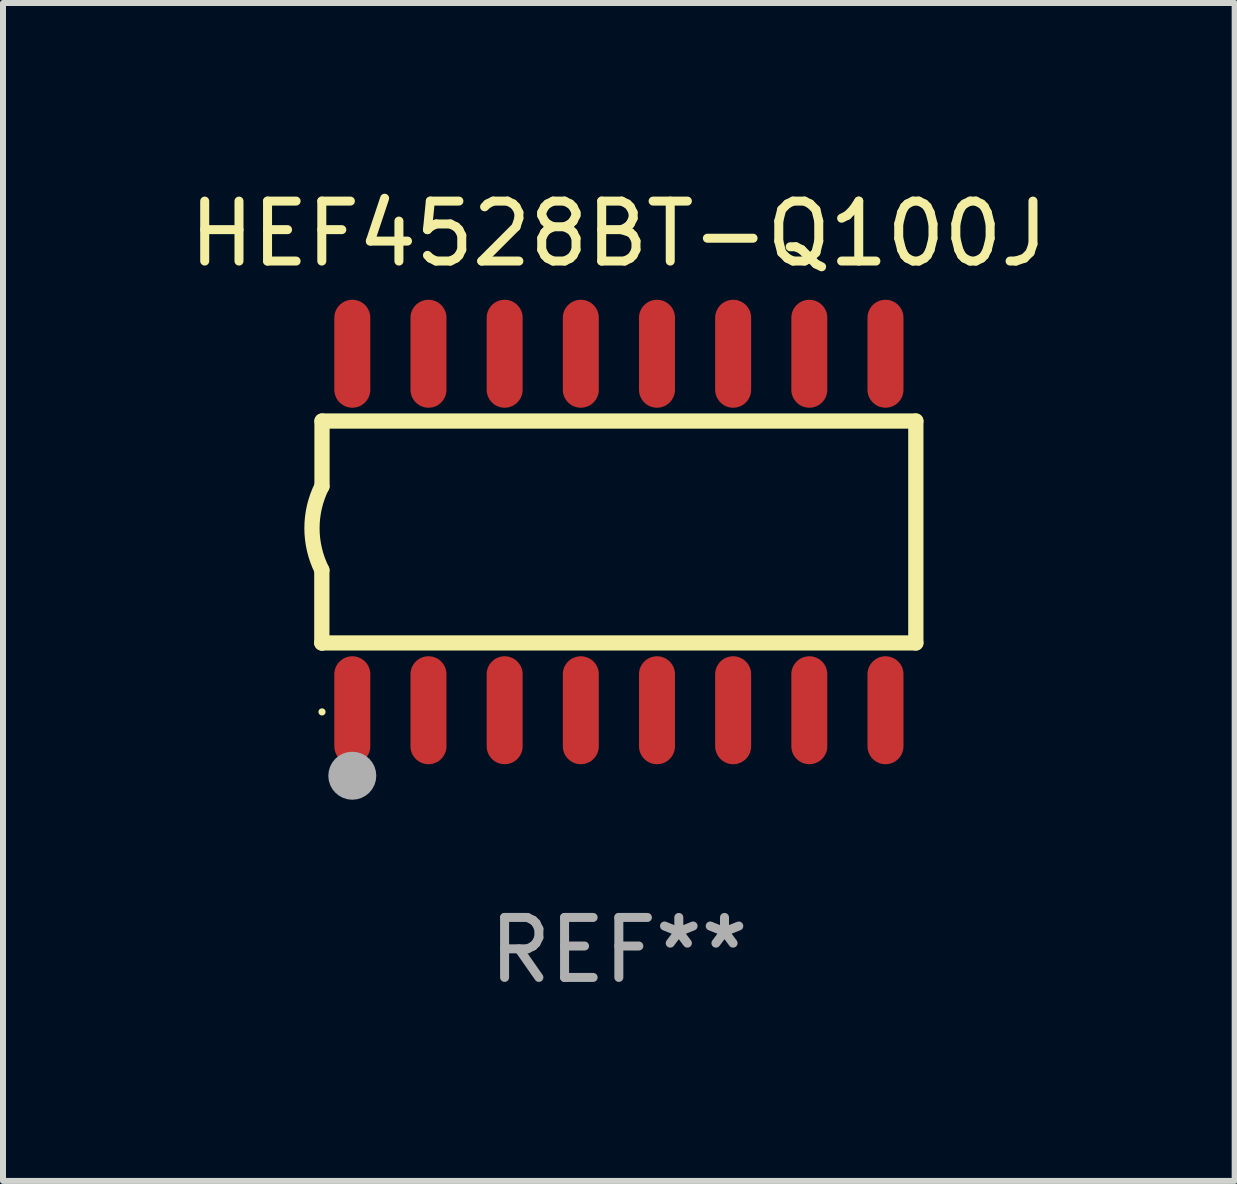
<source format=kicad_pcb>
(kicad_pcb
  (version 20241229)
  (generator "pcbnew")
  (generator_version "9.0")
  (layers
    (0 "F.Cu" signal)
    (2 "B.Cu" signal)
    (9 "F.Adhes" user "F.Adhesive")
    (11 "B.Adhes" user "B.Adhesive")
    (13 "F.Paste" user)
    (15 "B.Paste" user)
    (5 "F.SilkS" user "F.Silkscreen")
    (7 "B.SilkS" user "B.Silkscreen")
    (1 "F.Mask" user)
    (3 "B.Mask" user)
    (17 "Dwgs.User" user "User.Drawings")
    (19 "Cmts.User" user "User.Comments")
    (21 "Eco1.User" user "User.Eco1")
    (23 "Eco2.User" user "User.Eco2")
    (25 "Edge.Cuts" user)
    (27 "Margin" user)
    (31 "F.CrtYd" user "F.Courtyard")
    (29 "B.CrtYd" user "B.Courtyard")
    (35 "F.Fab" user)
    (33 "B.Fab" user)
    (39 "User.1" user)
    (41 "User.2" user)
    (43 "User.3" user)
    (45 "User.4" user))
  (footprint "HEF4528BT-Q100J"
    (layer "F.Cu")
    (at 7.268 5.82)
    (property "Reference" "HEF4528BT-Q100J" (at 0 -4.972 0) (layer "F.SilkS") (effects (font (size 1 1) (thickness 0.15))))
    (attr through_hole)
    (fp_line (start -4.952 0.635) (end -4.952 1.85) (stroke (width 0.254) (type solid)) (layer "F.SilkS"))
    (fp_line (start -4.952 1.85) (end -4.949 1.85) (stroke (width 0.254) (type solid)) (layer "F.SilkS"))
    (fp_line (start -4.949 -1.85) (end -4.949 -0.762) (stroke (width 0.254) (type solid)) (layer "F.SilkS"))
    (fp_line (start -4.949 1.85) (end 4.952 1.85) (stroke (width 0.254) (type solid)) (layer "F.SilkS"))
    (fp_line (start 4.952 -1.85) (end -4.949 -1.85) (stroke (width 0.254) (type solid)) (layer "F.SilkS"))
    (fp_line (start 4.952 1.85) (end 4.952 -1.85) (stroke (width 0.254) (type solid)) (layer "F.SilkS"))
    (fp_arc (start -4.951524 0.635001) (mid -5.116418 -0.0635) (end -4.951524 -0.762002) (stroke (width 0.254001) (type solid)) (layer "F.SilkS"))
    (fp_circle (center -4.949 3) (end -4.919 3) (stroke (width 0.06) (type solid)) (fill no) (layer "F.SilkS"))
    (fp_circle (center -4.444 4.064) (end -4.244 4.064) (stroke (width 0.4) (type solid)) (fill no) (layer "F.Fab"))
    (fp_text user "REF**" (at 0 6.972 0) (layer "F.Fab") (effects (font (size 1 1) (thickness 0.15))))
    (pad "1" smd oval (at -4.444 2.972 180) (size 0.6 1.8) (layers "F.Cu" "F.Mask" "F.Paste"))
    (pad "2" smd oval (at -3.174 2.972 180) (size 0.6 1.8) (layers "F.Cu" "F.Mask" "F.Paste"))
    (pad "3" smd oval (at -1.904 2.972 180) (size 0.6 1.8) (layers "F.Cu" "F.Mask" "F.Paste"))
    (pad "4" smd oval (at -0.634 2.972 180) (size 0.6 1.8) (layers "F.Cu" "F.Mask" "F.Paste"))
    (pad "5" smd oval (at 0.636 2.972 180) (size 0.6 1.8) (layers "F.Cu" "F.Mask" "F.Paste"))
    (pad "6" smd oval (at 1.906 2.972 180) (size 0.6 1.8) (layers "F.Cu" "F.Mask" "F.Paste"))
    (pad "7" smd oval (at 3.176 2.972 180) (size 0.6 1.8) (layers "F.Cu" "F.Mask" "F.Paste"))
    (pad "8" smd oval (at 4.446 2.972 180) (size 0.6 1.8) (layers "F.Cu" "F.Mask" "F.Paste"))
    (pad "9" smd oval (at 4.446 -2.972 180) (size 0.6 1.8) (layers "F.Cu" "F.Mask" "F.Paste"))
    (pad "10" smd oval (at 3.176 -2.972 180) (size 0.6 1.8) (layers "F.Cu" "F.Mask" "F.Paste"))
    (pad "11" smd oval (at 1.906 -2.972 180) (size 0.6 1.8) (layers "F.Cu" "F.Mask" "F.Paste"))
    (pad "12" smd oval (at 0.636 -2.972 180) (size 0.6 1.8) (layers "F.Cu" "F.Mask" "F.Paste"))
    (pad "13" smd oval (at -0.634 -2.972 180) (size 0.6 1.8) (layers "F.Cu" "F.Mask" "F.Paste"))
    (pad "14" smd oval (at -1.904 -2.972 180) (size 0.6 1.8) (layers "F.Cu" "F.Mask" "F.Paste"))
    (pad "15" smd oval (at -3.174 -2.972 180) (size 0.6 1.8) (layers "F.Cu" "F.Mask" "F.Paste"))
    (pad "16" smd oval (at -4.444 -2.972 180) (size 0.6 1.8) (layers "F.Cu" "F.Mask" "F.Paste")))
  (gr_rect
    (start -3 -3)
    (end 17.536 16.64)
    (stroke (width 0.1) (type default))
    (fill no)
    (layer "Edge.Cuts")))
</source>
